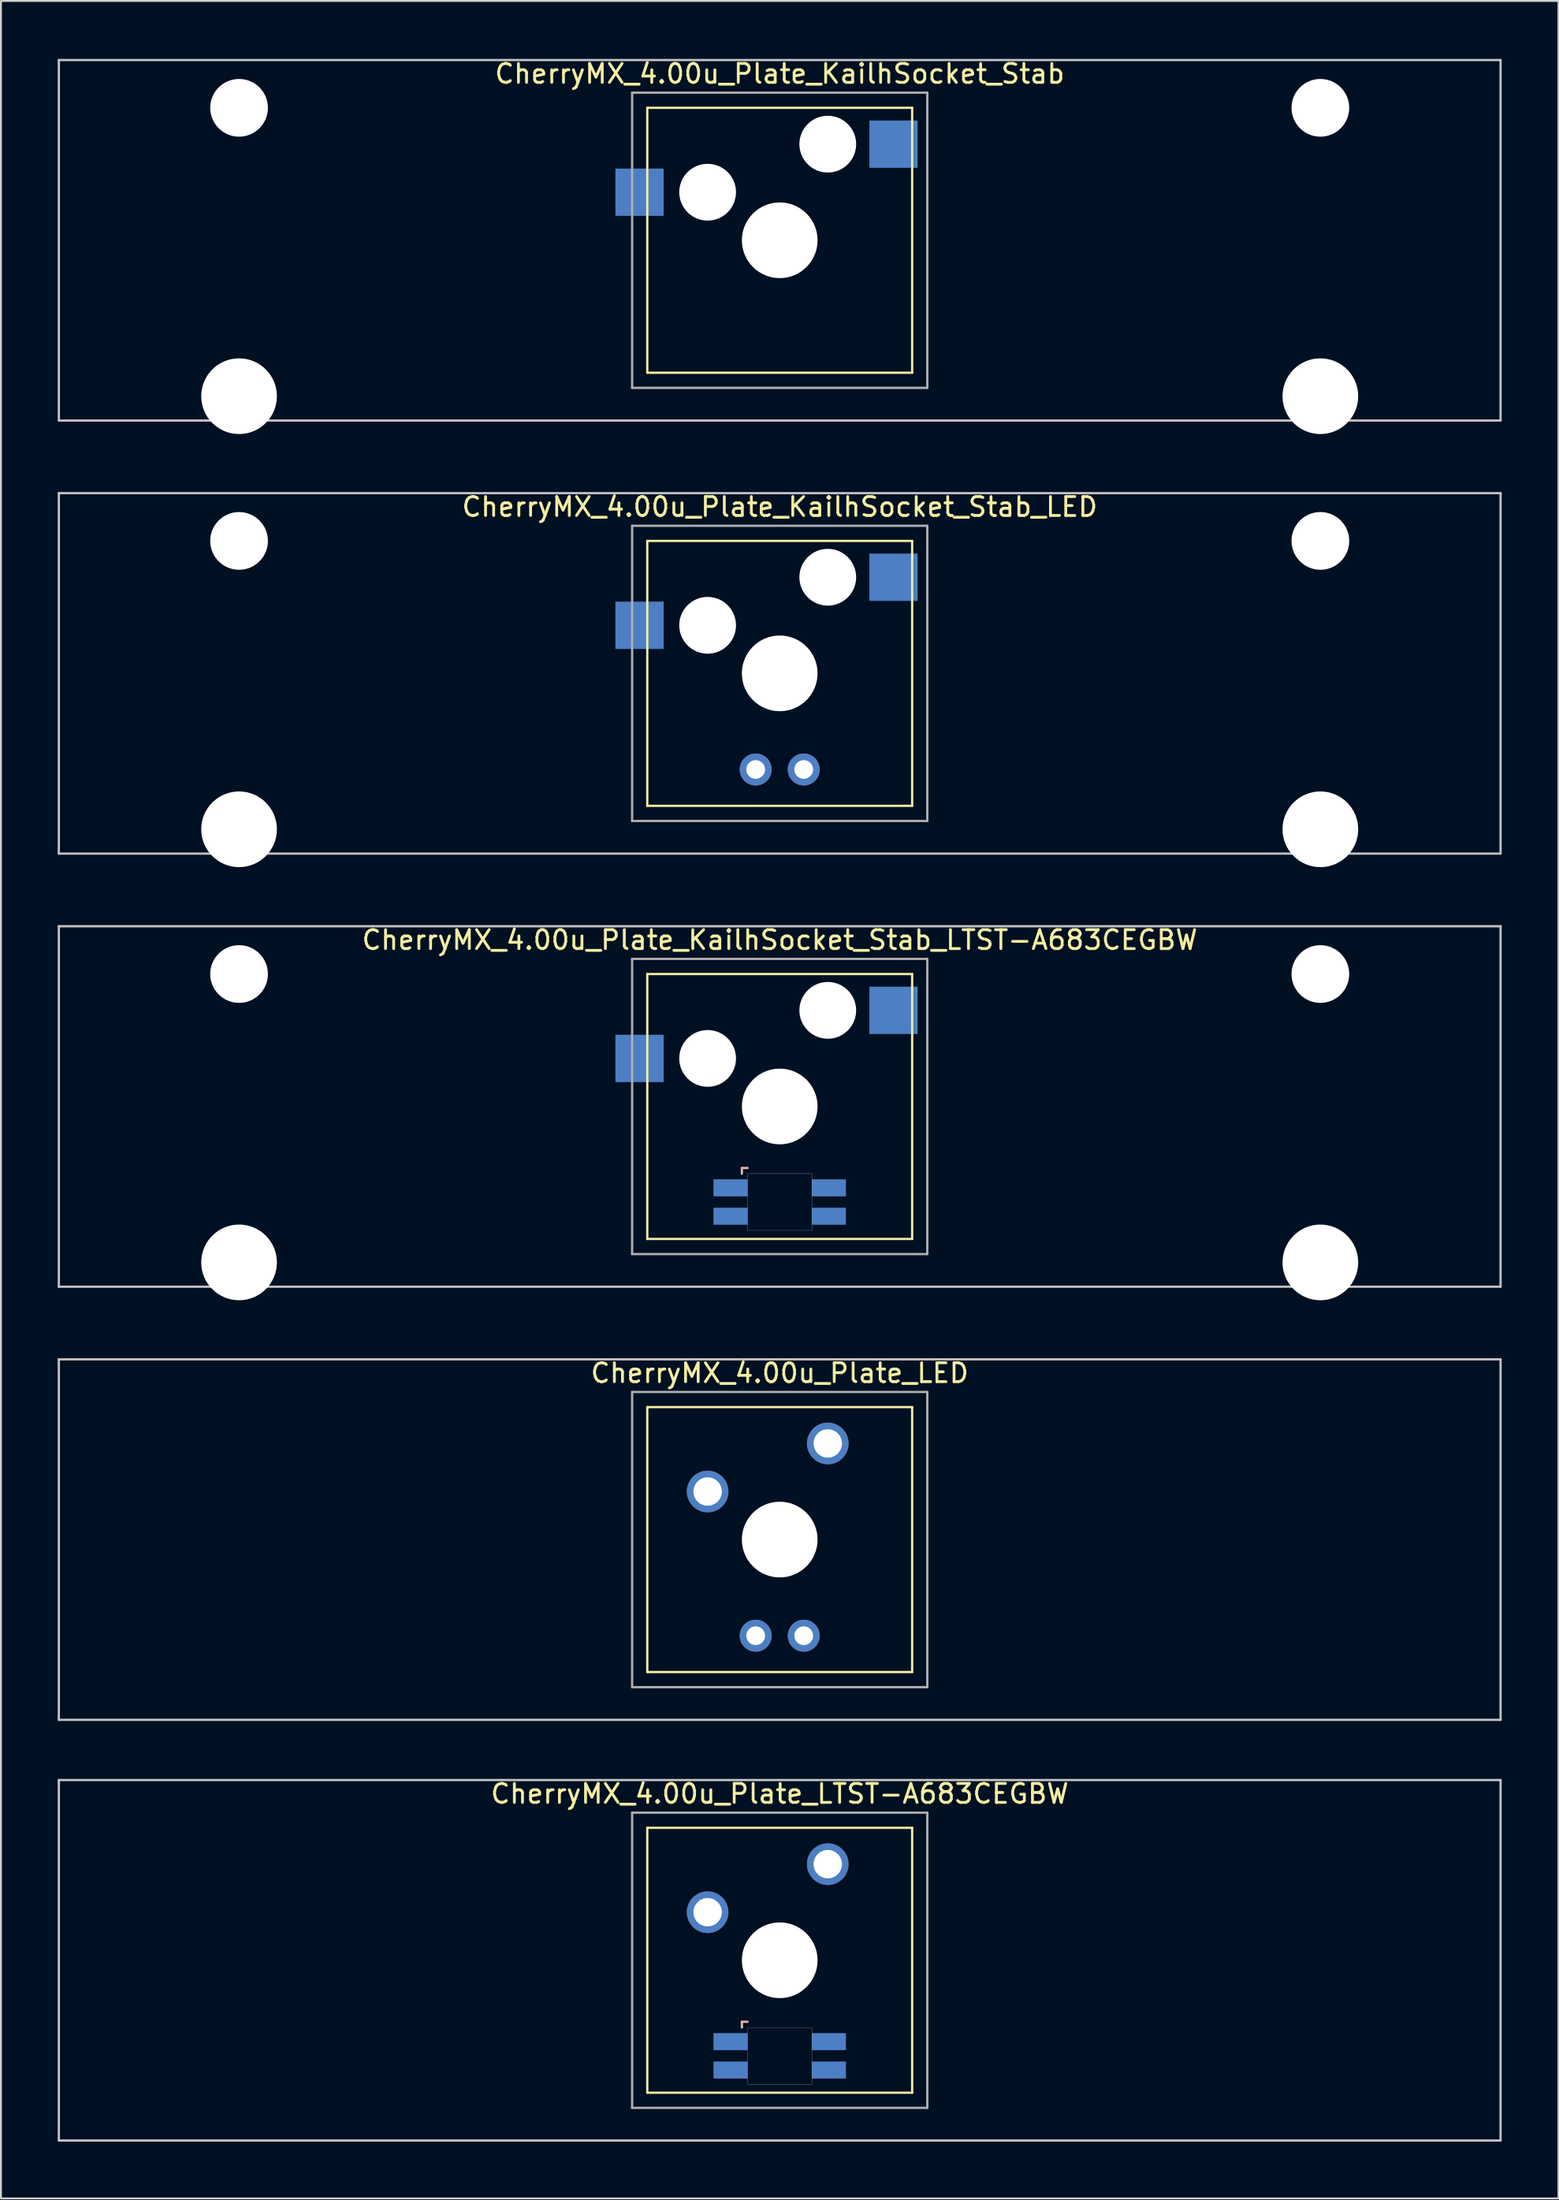
<source format=kicad_pcb>
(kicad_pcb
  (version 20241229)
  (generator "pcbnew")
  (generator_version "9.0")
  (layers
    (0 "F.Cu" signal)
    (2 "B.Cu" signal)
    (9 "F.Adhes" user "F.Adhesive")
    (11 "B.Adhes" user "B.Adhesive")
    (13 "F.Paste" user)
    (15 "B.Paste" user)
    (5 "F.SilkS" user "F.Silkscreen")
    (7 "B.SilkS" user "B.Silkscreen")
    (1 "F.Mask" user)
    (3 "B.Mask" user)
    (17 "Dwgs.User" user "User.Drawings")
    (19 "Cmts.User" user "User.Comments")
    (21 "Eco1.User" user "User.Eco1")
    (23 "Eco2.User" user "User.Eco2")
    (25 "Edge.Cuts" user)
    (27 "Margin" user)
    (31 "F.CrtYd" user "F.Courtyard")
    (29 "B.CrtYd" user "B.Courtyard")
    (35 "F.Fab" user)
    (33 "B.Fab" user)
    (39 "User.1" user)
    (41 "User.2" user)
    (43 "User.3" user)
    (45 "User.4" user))
  (footprint "CherryMX_4.00u_Plate_KailhSocket_Stab_LTST-A683CEGBW"
    (layer "F.Cu")
    (at 38.16 55.425)
    (property "Reference" "CherryMX_4.00u_Plate_KailhSocket_Stab_LTST-A683CEGBW" (at 0 -8.8 0) (layer "F.SilkS") (effects (font (size 1 1) (thickness 0.15))))
    (attr through_hole)
    (fp_line (start -7 -7) (end -7 7) (stroke (width 0.12) (type solid)) (layer "F.SilkS"))
    (fp_line (start -7 -7) (end 7 -7) (stroke (width 0.12) (type solid)) (layer "F.SilkS"))
    (fp_line (start 7 -7) (end 7 7) (stroke (width 0.12) (type solid)) (layer "F.SilkS"))
    (fp_line (start 7 7) (end -7 7) (stroke (width 0.12) (type solid)) (layer "F.SilkS"))
    (fp_line (start -2 3.25) (end -2 3.55) (stroke (width 0.12) (type solid)) (layer "B.SilkS"))
    (fp_line (start -1.7 3.25) (end -2 3.25) (stroke (width 0.12) (type solid)) (layer "B.SilkS"))
    (fp_line (start -38.1 -9.525) (end 38.1 -9.525) (stroke (width 0.12) (type solid)) (layer "Dwgs.User"))
    (fp_line (start -38.1 9.525) (end -38.1 -9.525) (stroke (width 0.12) (type solid)) (layer "Dwgs.User"))
    (fp_line (start 38.1 -9.525) (end 38.1 9.525) (stroke (width 0.12) (type solid)) (layer "Dwgs.User"))
    (fp_line (start 38.1 9.525) (end -38.1 9.525) (stroke (width 0.12) (type solid)) (layer "Dwgs.User"))
    (fp_poly (pts (xy 1.7 6.55) (xy -1.7 6.55) (xy -1.7 3.55) (xy 1.7 3.55)) (stroke (width 0.01) (type solid)) (fill no) (layer "Edge.Cuts"))
    (fp_line (start -7.8 -7.8) (end -7.8 7.8) (stroke (width 0.12) (type solid)) (layer "F.Fab"))
    (fp_line (start -7.8 -7.8) (end 7.8 -7.8) (stroke (width 0.12) (type solid)) (layer "F.Fab"))
    (fp_line (start -7.8 7.8) (end 7.8 7.8) (stroke (width 0.12) (type solid)) (layer "F.Fab"))
    (fp_line (start 7.8 -7.8) (end 7.8 7.8) (stroke (width 0.12) (type solid)) (layer "F.Fab"))
    (pad "" np_thru_hole circle (at -28.575 -7) (size 3.05 3.05) (drill 3.05) (layers "*.Cu" "*.Mask"))
    (pad "" np_thru_hole circle (at -28.575 8.24) (size 4 4) (drill 4) (layers "*.Cu" "*.Mask"))
    (pad "" np_thru_hole circle (at -3.81 -2.54) (size 3 3) (drill 3) (layers "*.Cu" "*.Mask"))
    (pad "" np_thru_hole circle (at 0 0) (size 4 4) (drill 4) (layers "*.Cu" "*.Mask"))
    (pad "" np_thru_hole circle (at 2.54 -5.08) (size 3 3) (drill 3) (layers "*.Cu" "*.Mask"))
    (pad "" np_thru_hole circle (at 28.575 -7) (size 3.05 3.05) (drill 3.05) (layers "*.Cu" "*.Mask"))
    (pad "" np_thru_hole circle (at 28.575 8.24) (size 4 4) (drill 4) (layers "*.Cu" "*.Mask"))
    (pad "1" smd rect (at -7.41 -2.54) (size 2.55 2.5) (layers "B.Cu" "B.Mask" "B.Paste"))
    (pad "2" smd rect (at 6.015 -5.08) (size 2.55 2.5) (layers "B.Cu" "B.Mask" "B.Paste"))
    (pad "3" smd rect (at -2.6 4.3) (size 1.8 0.9) (layers "B.Cu" "B.Mask" "B.Paste"))
    (pad "4" smd rect (at -2.6 5.8) (size 1.8 0.9) (layers "B.Cu" "B.Mask" "B.Paste"))
    (pad "5" smd rect (at 2.6 4.3) (size 1.8 0.9) (layers "B.Cu" "B.Mask" "B.Paste"))
    (pad "6" smd rect (at 2.6 5.8) (size 1.8 0.9) (layers "B.Cu" "B.Mask" "B.Paste")))
  (footprint "CherryMX_4.00u_Plate_KailhSocket_Stab_LED"
    (layer "F.Cu")
    (at 38.16 32.536)
    (property "Reference" "CherryMX_4.00u_Plate_KailhSocket_Stab_LED" (at 0 -8.8 0) (layer "F.SilkS") (effects (font (size 1 1) (thickness 0.15))))
    (attr through_hole)
    (fp_line (start -7 -7) (end -7 7) (stroke (width 0.12) (type solid)) (layer "F.SilkS"))
    (fp_line (start -7 -7) (end 7 -7) (stroke (width 0.12) (type solid)) (layer "F.SilkS"))
    (fp_line (start 7 -7) (end 7 7) (stroke (width 0.12) (type solid)) (layer "F.SilkS"))
    (fp_line (start 7 7) (end -7 7) (stroke (width 0.12) (type solid)) (layer "F.SilkS"))
    (fp_line (start -38.1 -9.525) (end 38.1 -9.525) (stroke (width 0.12) (type solid)) (layer "Dwgs.User"))
    (fp_line (start -38.1 9.525) (end -38.1 -9.525) (stroke (width 0.12) (type solid)) (layer "Dwgs.User"))
    (fp_line (start 38.1 -9.525) (end 38.1 9.525) (stroke (width 0.12) (type solid)) (layer "Dwgs.User"))
    (fp_line (start 38.1 9.525) (end -38.1 9.525) (stroke (width 0.12) (type solid)) (layer "Dwgs.User"))
    (fp_line (start -7.8 -7.8) (end -7.8 7.8) (stroke (width 0.12) (type solid)) (layer "F.Fab"))
    (fp_line (start -7.8 -7.8) (end 7.8 -7.8) (stroke (width 0.12) (type solid)) (layer "F.Fab"))
    (fp_line (start -7.8 7.8) (end 7.8 7.8) (stroke (width 0.12) (type solid)) (layer "F.Fab"))
    (fp_line (start 7.8 -7.8) (end 7.8 7.8) (stroke (width 0.12) (type solid)) (layer "F.Fab"))
    (pad "" np_thru_hole circle (at -28.575 -7) (size 3.05 3.05) (drill 3.05) (layers "*.Cu" "*.Mask"))
    (pad "" np_thru_hole circle (at -28.575 8.24) (size 4 4) (drill 4) (layers "*.Cu" "*.Mask"))
    (pad "" np_thru_hole circle (at -3.81 -2.54) (size 3 3) (drill 3) (layers "*.Cu" "*.Mask"))
    (pad "" np_thru_hole circle (at 0 0) (size 4 4) (drill 4) (layers "*.Cu" "*.Mask"))
    (pad "" np_thru_hole circle (at 2.54 -5.08) (size 3 3) (drill 3) (layers "*.Cu" "*.Mask"))
    (pad "" np_thru_hole circle (at 28.575 -7) (size 3.05 3.05) (drill 3.05) (layers "*.Cu" "*.Mask"))
    (pad "" np_thru_hole circle (at 28.575 8.24) (size 4 4) (drill 4) (layers "*.Cu" "*.Mask"))
    (pad "1" smd rect (at -7.41 -2.54) (size 2.55 2.5) (layers "B.Cu" "B.Mask" "B.Paste"))
    (pad "2" smd rect (at 6.015 -5.08) (size 2.55 2.5) (layers "B.Cu" "B.Mask" "B.Paste"))
    (pad "3" thru_hole circle (at -1.27 5.08) (size 1.691 1.691) (drill 0.991) (layers "*.Cu" "*.Mask"))
    (pad "4" thru_hole circle (at 1.27 5.08) (size 1.691 1.691) (drill 0.991) (layers "*.Cu" "*.Mask")))
  (footprint "CherryMX_4.00u_Plate_KailhSocket_Stab"
    (layer "F.Cu")
    (at 38.16 9.648)
    (property "Reference" "CherryMX_4.00u_Plate_KailhSocket_Stab" (at 0 -8.8 0) (layer "F.SilkS") (effects (font (size 1 1) (thickness 0.15))))
    (attr through_hole)
    (fp_line (start -7 -7) (end -7 7) (stroke (width 0.12) (type solid)) (layer "F.SilkS"))
    (fp_line (start -7 -7) (end 7 -7) (stroke (width 0.12) (type solid)) (layer "F.SilkS"))
    (fp_line (start 7 -7) (end 7 7) (stroke (width 0.12) (type solid)) (layer "F.SilkS"))
    (fp_line (start 7 7) (end -7 7) (stroke (width 0.12) (type solid)) (layer "F.SilkS"))
    (fp_line (start -38.1 -9.525) (end 38.1 -9.525) (stroke (width 0.12) (type solid)) (layer "Dwgs.User"))
    (fp_line (start -38.1 9.525) (end -38.1 -9.525) (stroke (width 0.12) (type solid)) (layer "Dwgs.User"))
    (fp_line (start 38.1 -9.525) (end 38.1 9.525) (stroke (width 0.12) (type solid)) (layer "Dwgs.User"))
    (fp_line (start 38.1 9.525) (end -38.1 9.525) (stroke (width 0.12) (type solid)) (layer "Dwgs.User"))
    (fp_line (start -7.8 -7.8) (end -7.8 7.8) (stroke (width 0.12) (type solid)) (layer "F.Fab"))
    (fp_line (start -7.8 -7.8) (end 7.8 -7.8) (stroke (width 0.12) (type solid)) (layer "F.Fab"))
    (fp_line (start -7.8 7.8) (end 7.8 7.8) (stroke (width 0.12) (type solid)) (layer "F.Fab"))
    (fp_line (start 7.8 -7.8) (end 7.8 7.8) (stroke (width 0.12) (type solid)) (layer "F.Fab"))
    (pad "" np_thru_hole circle (at -28.575 -7) (size 3.05 3.05) (drill 3.05) (layers "*.Cu" "*.Mask"))
    (pad "" np_thru_hole circle (at -28.575 8.24) (size 4 4) (drill 4) (layers "*.Cu" "*.Mask"))
    (pad "" np_thru_hole circle (at -3.81 -2.54) (size 3 3) (drill 3) (layers "*.Cu" "*.Mask"))
    (pad "" np_thru_hole circle (at 0 0) (size 4 4) (drill 4) (layers "*.Cu" "*.Mask"))
    (pad "" np_thru_hole circle (at 2.54 -5.08) (size 3 3) (drill 3) (layers "*.Cu" "*.Mask"))
    (pad "" np_thru_hole circle (at 28.575 -7) (size 3.05 3.05) (drill 3.05) (layers "*.Cu" "*.Mask"))
    (pad "" np_thru_hole circle (at 28.575 8.24) (size 4 4) (drill 4) (layers "*.Cu" "*.Mask"))
    (pad "1" smd rect (at -7.41 -2.54) (size 2.55 2.5) (layers "B.Cu" "B.Mask" "B.Paste"))
    (pad "2" smd rect (at 6.015 -5.08) (size 2.55 2.5) (layers "B.Cu" "B.Mask" "B.Paste")))
  (footprint "CherryMX_4.00u_Plate_LED"
    (layer "F.Cu")
    (at 38.16 78.313)
    (property "Reference" "CherryMX_4.00u_Plate_LED" (at 0 -8.8 0) (layer "F.SilkS") (effects (font (size 1 1) (thickness 0.15))))
    (attr through_hole)
    (fp_line (start -7 -7) (end -7 7) (stroke (width 0.12) (type solid)) (layer "F.SilkS"))
    (fp_line (start -7 -7) (end 7 -7) (stroke (width 0.12) (type solid)) (layer "F.SilkS"))
    (fp_line (start 7 -7) (end 7 7) (stroke (width 0.12) (type solid)) (layer "F.SilkS"))
    (fp_line (start 7 7) (end -7 7) (stroke (width 0.12) (type solid)) (layer "F.SilkS"))
    (fp_line (start -38.1 -9.525) (end 38.1 -9.525) (stroke (width 0.12) (type solid)) (layer "Dwgs.User"))
    (fp_line (start -38.1 9.525) (end -38.1 -9.525) (stroke (width 0.12) (type solid)) (layer "Dwgs.User"))
    (fp_line (start 38.1 -9.525) (end 38.1 9.525) (stroke (width 0.12) (type solid)) (layer "Dwgs.User"))
    (fp_line (start 38.1 9.525) (end -38.1 9.525) (stroke (width 0.12) (type solid)) (layer "Dwgs.User"))
    (fp_line (start -7.8 -7.8) (end -7.8 7.8) (stroke (width 0.12) (type solid)) (layer "F.Fab"))
    (fp_line (start -7.8 -7.8) (end 7.8 -7.8) (stroke (width 0.12) (type solid)) (layer "F.Fab"))
    (fp_line (start -7.8 7.8) (end 7.8 7.8) (stroke (width 0.12) (type solid)) (layer "F.Fab"))
    (fp_line (start 7.8 -7.8) (end 7.8 7.8) (stroke (width 0.12) (type solid)) (layer "F.Fab"))
    (pad "" np_thru_hole circle (at 0 0) (size 4 4) (drill 4) (layers "*.Cu" "*.Mask"))
    (pad "1" thru_hole circle (at -3.81 -2.54) (size 2.2 2.2) (drill 1.5) (layers "*.Cu" "*.Mask"))
    (pad "2" thru_hole circle (at 2.54 -5.08) (size 2.2 2.2) (drill 1.5) (layers "*.Cu" "*.Mask"))
    (pad "3" thru_hole circle (at -1.27 5.08) (size 1.691 1.691) (drill 0.991) (layers "*.Cu" "*.Mask"))
    (pad "4" thru_hole circle (at 1.27 5.08) (size 1.691 1.691) (drill 0.991) (layers "*.Cu" "*.Mask")))
  (footprint "CherryMX_4.00u_Plate_LTST-A683CEGBW"
    (layer "F.Cu")
    (at 38.16 100.546)
    (property "Reference" "CherryMX_4.00u_Plate_LTST-A683CEGBW" (at 0 -8.8 0) (layer "F.SilkS") (effects (font (size 1 1) (thickness 0.15))))
    (attr through_hole)
    (fp_line (start -7 -7) (end -7 7) (stroke (width 0.12) (type solid)) (layer "F.SilkS"))
    (fp_line (start -7 -7) (end 7 -7) (stroke (width 0.12) (type solid)) (layer "F.SilkS"))
    (fp_line (start 7 -7) (end 7 7) (stroke (width 0.12) (type solid)) (layer "F.SilkS"))
    (fp_line (start 7 7) (end -7 7) (stroke (width 0.12) (type solid)) (layer "F.SilkS"))
    (fp_line (start -2 3.25) (end -2 3.55) (stroke (width 0.12) (type solid)) (layer "B.SilkS"))
    (fp_line (start -1.7 3.25) (end -2 3.25) (stroke (width 0.12) (type solid)) (layer "B.SilkS"))
    (fp_line (start -38.1 -9.525) (end 38.1 -9.525) (stroke (width 0.12) (type solid)) (layer "Dwgs.User"))
    (fp_line (start -38.1 9.525) (end -38.1 -9.525) (stroke (width 0.12) (type solid)) (layer "Dwgs.User"))
    (fp_line (start 38.1 -9.525) (end 38.1 9.525) (stroke (width 0.12) (type solid)) (layer "Dwgs.User"))
    (fp_line (start 38.1 9.525) (end -38.1 9.525) (stroke (width 0.12) (type solid)) (layer "Dwgs.User"))
    (fp_poly (pts (xy 1.7 6.55) (xy -1.7 6.55) (xy -1.7 3.55) (xy 1.7 3.55)) (stroke (width 0.01) (type solid)) (fill no) (layer "Edge.Cuts"))
    (fp_line (start -7.8 -7.8) (end -7.8 7.8) (stroke (width 0.12) (type solid)) (layer "F.Fab"))
    (fp_line (start -7.8 -7.8) (end 7.8 -7.8) (stroke (width 0.12) (type solid)) (layer "F.Fab"))
    (fp_line (start -7.8 7.8) (end 7.8 7.8) (stroke (width 0.12) (type solid)) (layer "F.Fab"))
    (fp_line (start 7.8 -7.8) (end 7.8 7.8) (stroke (width 0.12) (type solid)) (layer "F.Fab"))
    (pad "" np_thru_hole circle (at 0 0) (size 4 4) (drill 4) (layers "*.Cu" "*.Mask"))
    (pad "1" thru_hole circle (at -3.81 -2.54) (size 2.2 2.2) (drill 1.5) (layers "*.Cu" "*.Mask"))
    (pad "2" thru_hole circle (at 2.54 -5.08) (size 2.2 2.2) (drill 1.5) (layers "*.Cu" "*.Mask"))
    (pad "3" smd rect (at -2.6 4.3) (size 1.8 0.9) (layers "B.Cu" "B.Mask" "B.Paste"))
    (pad "4" smd rect (at -2.6 5.8) (size 1.8 0.9) (layers "B.Cu" "B.Mask" "B.Paste"))
    (pad "5" smd rect (at 2.6 4.3) (size 1.8 0.9) (layers "B.Cu" "B.Mask" "B.Paste"))
    (pad "6" smd rect (at 2.6 5.8) (size 1.8 0.9) (layers "B.Cu" "B.Mask" "B.Paste")))
  (gr_rect
    (start -3 -3)
    (end 79.32 113.131)
    (stroke (width 0.1) (type default))
    (fill no)
    (layer "Edge.Cuts")))
</source>
